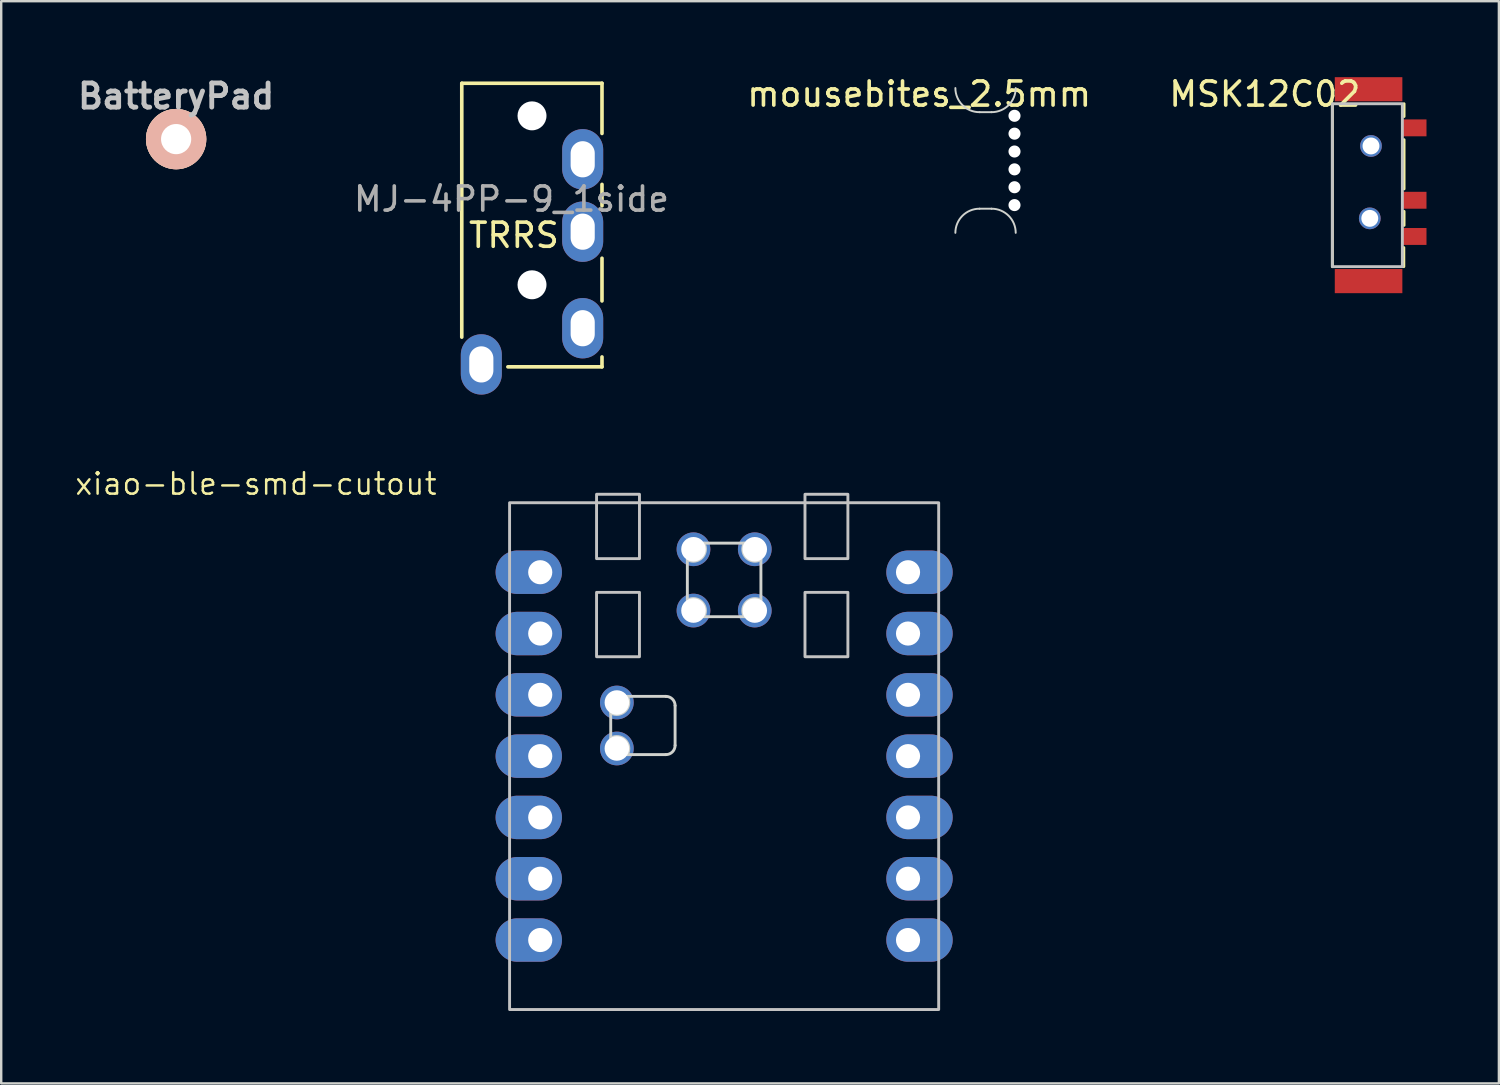
<source format=kicad_pcb>
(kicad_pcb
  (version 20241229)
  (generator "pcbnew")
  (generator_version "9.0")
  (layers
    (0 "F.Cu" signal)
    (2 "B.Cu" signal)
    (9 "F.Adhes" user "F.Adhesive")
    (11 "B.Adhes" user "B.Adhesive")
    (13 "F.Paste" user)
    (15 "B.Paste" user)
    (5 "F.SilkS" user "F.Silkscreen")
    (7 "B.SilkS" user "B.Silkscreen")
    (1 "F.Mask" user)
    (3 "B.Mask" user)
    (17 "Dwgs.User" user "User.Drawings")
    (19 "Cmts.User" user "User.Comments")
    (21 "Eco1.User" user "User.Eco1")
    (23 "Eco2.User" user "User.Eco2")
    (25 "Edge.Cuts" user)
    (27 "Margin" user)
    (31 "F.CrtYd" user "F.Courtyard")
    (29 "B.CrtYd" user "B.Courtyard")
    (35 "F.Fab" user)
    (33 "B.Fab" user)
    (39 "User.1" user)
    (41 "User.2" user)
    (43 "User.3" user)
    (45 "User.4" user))
  (footprint "MSK12C02"
    (layer "F.Cu")
    (at 52.358 0.748)
    (property "Reference" "MSK12C02" (at -3 0.1 0) (layer "F.SilkS") (effects (font (size 1 1) (thickness 0.15))))
    (attr through_hole)
    (fp_line (start -0.2 7.25) (end -0.2 0.5) (stroke (width 0.12) (type solid)) (layer "F.SilkS"))
    (fp_line (start 2.76 6.46) (end 2.76 7.25) (stroke (width 0.12) (type solid)) (layer "F.SilkS"))
    (fp_line (start 2.77 1.03) (end 2.77 0.5) (stroke (width 0.12) (type solid)) (layer "F.SilkS"))
    (fp_line (start 2.77 1.99) (end 2.77 4.03) (stroke (width 0.12) (type solid)) (layer "F.SilkS"))
    (fp_line (start 2.77 4.96) (end 2.77 5.54) (stroke (width 0.12) (type solid)) (layer "F.SilkS"))
    (fp_rect (start -0.2 0.5) (end 2.7 7.25) (stroke (width 0.12) (type solid)) (fill no) (layer "Dwgs.User"))
    (pad "" np_thru_hole circle (at 1.35 5.25) (size 0.9 0.9) (drill 0.7) (layers "*.Cu" "*.Mask"))
    (pad "" np_thru_hole circle (at 1.4 2.25) (size 0.9 0.9) (drill 0.7) (layers "*.Cu" "*.Mask"))
    (pad "1" smd rect (at 3.2 1.5 90) (size 0.7 1) (layers "F.Cu" "F.Mask" "F.Paste"))
    (pad "2" smd rect (at 3.2 4.5 90) (size 0.7 1) (layers "F.Cu" "F.Mask" "F.Paste"))
    (pad "3" smd rect (at 3.2 6 90) (size 0.7 1) (layers "F.Cu" "F.Mask" "F.Paste"))
    (pad "NC" smd rect (at 1.3 -0.1) (size 2.8 1) (layers "F.Cu" "F.Mask" "F.Paste"))
    (pad "NC" smd rect (at 1.3 7.85) (size 2.8 1) (layers "F.Cu" "F.Mask" "F.Paste")))
  (footprint "xiao-ble-smd-cutout"
    (layer "F.Cu")
    (at 26.955 28.281)
    (property "Reference" "xiao-ble-smd-cutout" (at -19.399 -11.283 0) (layer "F.SilkS") (effects (font (size 0.889 0.889) (thickness 0.102))))
    (attr smd exclude_from_pos_files)
    (fp_rect (start -8.89 10.5) (end 8.89 -10.5) (stroke (width 0.12) (type solid)) (fill no) (layer "Dwgs.User"))
    (fp_rect (start -5.286 -6.786) (end -3.508 -4.119) (stroke (width 0.12) (type solid)) (fill no) (layer "Dwgs.User"))
    (fp_rect (start -3.508 -8.183) (end -5.286 -10.85) (stroke (width 0.12) (type solid)) (fill no) (layer "Dwgs.User"))
    (fp_rect (start 3.35 -10.85) (end 5.128 -8.183) (stroke (width 0.12) (type solid)) (fill no) (layer "Dwgs.User"))
    (fp_rect (start 3.35 -6.786) (end 5.128 -4.119) (stroke (width 0.12) (type solid)) (fill no) (layer "Dwgs.User"))
    (fp_line (start -4.699 -0.749) (end -4.699 -1.79) (stroke (width 0.12) (type solid)) (layer "Edge.Cuts"))
    (fp_line (start -4.013 -2.476) (end -2.413 -2.476) (stroke (width 0.12) (type solid)) (layer "Edge.Cuts"))
    (fp_line (start -2.413 -0.063) (end -4.013 -0.063) (stroke (width 0.12) (type solid)) (layer "Edge.Cuts"))
    (fp_line (start -2.032 -2.095) (end -2.032 -0.444) (stroke (width 0.12) (type solid)) (layer "Edge.Cuts"))
    (fp_line (start -1.524 -6.464) (end -1.524 -8.14) (stroke (width 0.12) (type solid)) (layer "Edge.Cuts"))
    (fp_line (start -0.838 -8.826) (end 0.838 -8.826) (stroke (width 0.12) (type solid)) (layer "Edge.Cuts"))
    (fp_line (start -0.838 -5.778) (end 0.838 -5.778) (stroke (width 0.12) (type solid)) (layer "Edge.Cuts"))
    (fp_line (start 1.524 -6.464) (end 1.524 -8.14) (stroke (width 0.12) (type solid)) (layer "Edge.Cuts"))
    (fp_arc (start -4.699 -0.7488) (mid -4.095391 -0.666609) (end -4.0132 -0.063) (stroke (width 0.12) (type solid)) (layer "Edge.Cuts"))
    (fp_arc (start -4.0132 -2.476) (mid -4.095391 -1.872391) (end -4.699 -1.7902) (stroke (width 0.12) (type solid)) (layer "Edge.Cuts"))
    (fp_arc (start -2.413 -2.476) (mid -2.143592 -2.364408) (end -2.032 -2.095) (stroke (width 0.12) (type solid)) (layer "Edge.Cuts"))
    (fp_arc (start -2.032 -0.444) (mid -2.143592 -0.174592) (end -2.413 -0.063) (stroke (width 0.12) (type solid)) (layer "Edge.Cuts"))
    (fp_arc (start -1.524 -6.4638) (mid -0.920391 -6.381609) (end -0.8382 -5.778) (stroke (width 0.12) (type solid)) (layer "Edge.Cuts"))
    (fp_arc (start -0.8382 -8.826) (mid -0.920391 -8.222391) (end -1.524 -8.1402) (stroke (width 0.12) (type solid)) (layer "Edge.Cuts"))
    (fp_arc (start 0.8382 -5.778) (mid 0.920391 -6.381609) (end 1.524 -6.4638) (stroke (width 0.12) (type solid)) (layer "Edge.Cuts"))
    (fp_arc (start 1.524 -8.1402) (mid 0.920391 -8.222391) (end 0.8382 -8.826) (stroke (width 0.12) (type solid)) (layer "Edge.Cuts"))
    (pad "1" thru_hole oval (at -7.62 -7.62) (size 2.75 1.8) (drill 1 (offset -0.475 0)) (layers "*.Cu" "*.Mask"))
    (pad "2" thru_hole oval (at -7.62 -5.08) (size 2.75 1.8) (drill 1 (offset -0.475 0)) (layers "*.Cu" "*.Mask"))
    (pad "3" thru_hole oval (at -7.62 -2.54) (size 2.75 1.8) (drill 1 (offset -0.475 0)) (layers "*.Cu" "*.Mask"))
    (pad "4" thru_hole oval (at -7.62 0) (size 2.75 1.8) (drill 1 (offset -0.475 0)) (layers "*.Cu" "*.Mask"))
    (pad "5" thru_hole oval (at -7.62 2.54) (size 2.75 1.8) (drill 1 (offset -0.475 0)) (layers "*.Cu" "*.Mask"))
    (pad "6" thru_hole oval (at -7.62 5.08) (size 2.75 1.8) (drill 1 (offset -0.475 0)) (layers "*.Cu" "*.Mask"))
    (pad "7" thru_hole oval (at -7.62 7.62) (size 2.75 1.8) (drill 1 (offset -0.475 0)) (layers "*.Cu" "*.Mask"))
    (pad "8" thru_hole oval (at 7.62 7.62 180) (size 2.75 1.8) (drill 1 (offset -0.475 0)) (layers "*.Cu" "*.Mask"))
    (pad "9" thru_hole oval (at 7.62 5.08 180) (size 2.75 1.8) (drill 1 (offset -0.475 0)) (layers "*.Cu" "*.Mask"))
    (pad "10" thru_hole oval (at 7.62 2.54 180) (size 2.75 1.8) (drill 1 (offset -0.475 0)) (layers "*.Cu" "*.Mask"))
    (pad "11" thru_hole oval (at 7.62 0 180) (size 2.75 1.8) (drill 1 (offset -0.475 0)) (layers "*.Cu" "*.Mask"))
    (pad "12" thru_hole oval (at 7.62 -2.54 180) (size 2.75 1.8) (drill 1 (offset -0.475 0)) (layers "*.Cu" "*.Mask"))
    (pad "13" thru_hole oval (at 7.62 -5.08 180) (size 2.75 1.8) (drill 1 (offset -0.475 0)) (layers "*.Cu" "*.Mask"))
    (pad "14" thru_hole oval (at 7.62 -7.62 180) (size 2.75 1.8) (drill 1 (offset -0.475 0)) (layers "*.Cu" "*.Mask"))
    (pad "15" thru_hole circle (at -1.27 -8.572 90) (size 1.397 1.397) (drill 1.016) (layers "*.Cu" "*.Mask"))
    (pad "16" thru_hole circle (at 1.27 -8.572 90) (size 1.397 1.397) (drill 1.016) (layers "*.Cu" "*.Mask"))
    (pad "17" thru_hole circle (at -1.27 -6.032 90) (size 1.397 1.397) (drill 1.016) (layers "*.Cu" "*.Mask"))
    (pad "18" thru_hole circle (at 1.27 -6.032 90) (size 1.397 1.397) (drill 1.016) (layers "*.Cu" "*.Mask"))
    (pad "19" thru_hole circle (at -4.445 -0.317 180) (size 1.397 1.397) (drill 1.016) (layers "*.Cu" "*.Mask"))
    (pad "20" thru_hole circle (at -4.445 -2.222 180) (size 1.397 1.397) (drill 1.016) (layers "*.Cu" "*.Mask")))
  (footprint "mousebites_2.5mm"
    (layer "F.Cu")
    (at 39.037 3.598)
    (property "Reference" "mousebites_2.5mm" (at -4 -2.75 0) (layer "F.SilkS") (effects (font (size 1 1) (thickness 0.15))))
    (attr exclude_from_pos_files exclude_from_bom)
    (fp_line (start -1.5 -2) (end -1 -2) (stroke (width 0.08) (type solid)) (layer "Edge.Cuts"))
    (fp_line (start -1 2) (end -1.5 2) (stroke (width 0.08) (type solid)) (layer "Edge.Cuts"))
    (fp_arc (start -2.5 3) (mid -2.207108 2.292895) (end -1.500003 2.000003) (stroke (width 0.08) (type solid)) (layer "Edge.Cuts"))
    (fp_arc (start -1.5 -2) (mid -2.207105 -2.292892) (end -2.499997 -2.999997) (stroke (width 0.08) (type solid)) (layer "Edge.Cuts"))
    (fp_arc (start -1 2) (mid -0.292895 2.292892) (end -0.000003 2.999997) (stroke (width 0.08) (type solid)) (layer "Edge.Cuts"))
    (fp_arc (start 0 -3) (mid -0.292892 -2.292895) (end -0.999997 -2.000003) (stroke (width 0.08) (type solid)) (layer "Edge.Cuts"))
    (pad "" np_thru_hole circle (at -0.05 -1.85) (size 0.5 0.5) (drill 0.5) (layers "*.Cu" "*.Mask"))
    (pad "" np_thru_hole circle (at -0.05 -1.11) (size 0.5 0.5) (drill 0.5) (layers "*.Cu" "*.Mask"))
    (pad "" np_thru_hole circle (at -0.05 -0.37) (size 0.5 0.5) (drill 0.5) (layers "*.Cu" "*.Mask"))
    (pad "" np_thru_hole circle (at -0.05 0.37) (size 0.5 0.5) (drill 0.5) (layers "*.Cu" "*.Mask"))
    (pad "" np_thru_hole circle (at -0.05 1.11) (size 0.5 0.5) (drill 0.5) (layers "*.Cu" "*.Mask"))
    (pad "" np_thru_hole circle (at -0.05 1.85) (size 0.5 0.5) (drill 0.5) (layers "*.Cu" "*.Mask")))
  (footprint "BatteryPad"
    (layer "F.Cu")
    (at 4.248 2.714)
    (property "Reference" "BatteryPad" (at 0 -1.778 0) (layer "Dwgs.User") (effects (font (size 1 1) (thickness 0.2))))
    (attr through_hole)
    (pad "1" thru_hole circle (at 0 0 270) (size 2.5 2.5) (drill 1.25) (layers "*.Cu" "*.SilkS" "*.Mask")))
  (footprint "MJ-4PP-9_1side"
    (layer "F.Cu")
    (at 18.994 0.25)
    (property "Reference" "MJ-4PP-9_1side" (at -0.85 4.95 0) (layer "F.Fab") (effects (font (size 1 1) (thickness 0.15))))
    (attr through_hole)
    (fp_line (start -2.91 10.67) (end -2.91 0.15) (stroke (width 0.15) (type solid)) (layer "F.SilkS"))
    (fp_line (start -2.9 0.15) (end 2.9 0.15) (stroke (width 0.15) (type solid)) (layer "F.SilkS"))
    (fp_line (start 2.9 0.15) (end 2.9 2.23) (stroke (width 0.15) (type solid)) (layer "F.SilkS"))
    (fp_line (start 2.9 4.34) (end 2.9 5.23) (stroke (width 0.15) (type solid)) (layer "F.SilkS"))
    (fp_line (start 2.9 9.17) (end 2.9 7.4) (stroke (width 0.15) (type solid)) (layer "F.SilkS"))
    (fp_line (start 2.9 11.49) (end 2.9 11.9) (stroke (width 0.15) (type solid)) (layer "F.SilkS"))
    (fp_line (start 2.9 11.9) (end -1 11.9) (stroke (width 0.15) (type solid)) (layer "F.SilkS"))
    (fp_text user "TRRS" (at -0.75 6.45 0) (layer "F.SilkS") (effects (font (size 1 1) (thickness 0.15))))
    (pad "" np_thru_hole circle (at 0 1.5) (size 1.2 1.2) (drill 1.2) (layers "*.Cu" "*.Mask"))
    (pad "" np_thru_hole circle (at 0 8.5) (size 1.2 1.2) (drill 1.2) (layers "*.Cu" "*.Mask"))
    (pad "A" thru_hole oval (at -2.1 11.8) (size 1.7 2.5) (drill oval 1 1.5) (layers "*.Cu" "B.Mask"))
    (pad "B" thru_hole oval (at 2.1 3.3) (size 1.7 2.5) (drill oval 1 1.5) (layers "*.Cu" "B.Mask"))
    (pad "C" thru_hole oval (at 2.1 6.3) (size 1.7 2.5) (drill oval 1 1.5) (layers "*.Cu" "B.Mask"))
    (pad "D" thru_hole oval (at 2.1 10.3) (size 1.7 2.5) (drill oval 1 1.5) (layers "*.Cu" "B.Mask")))
  (gr_rect
    (start -3 -3)
    (end 59.058 41.841)
    (stroke (width 0.1) (type default))
    (fill no)
    (layer "Edge.Cuts")))
</source>
